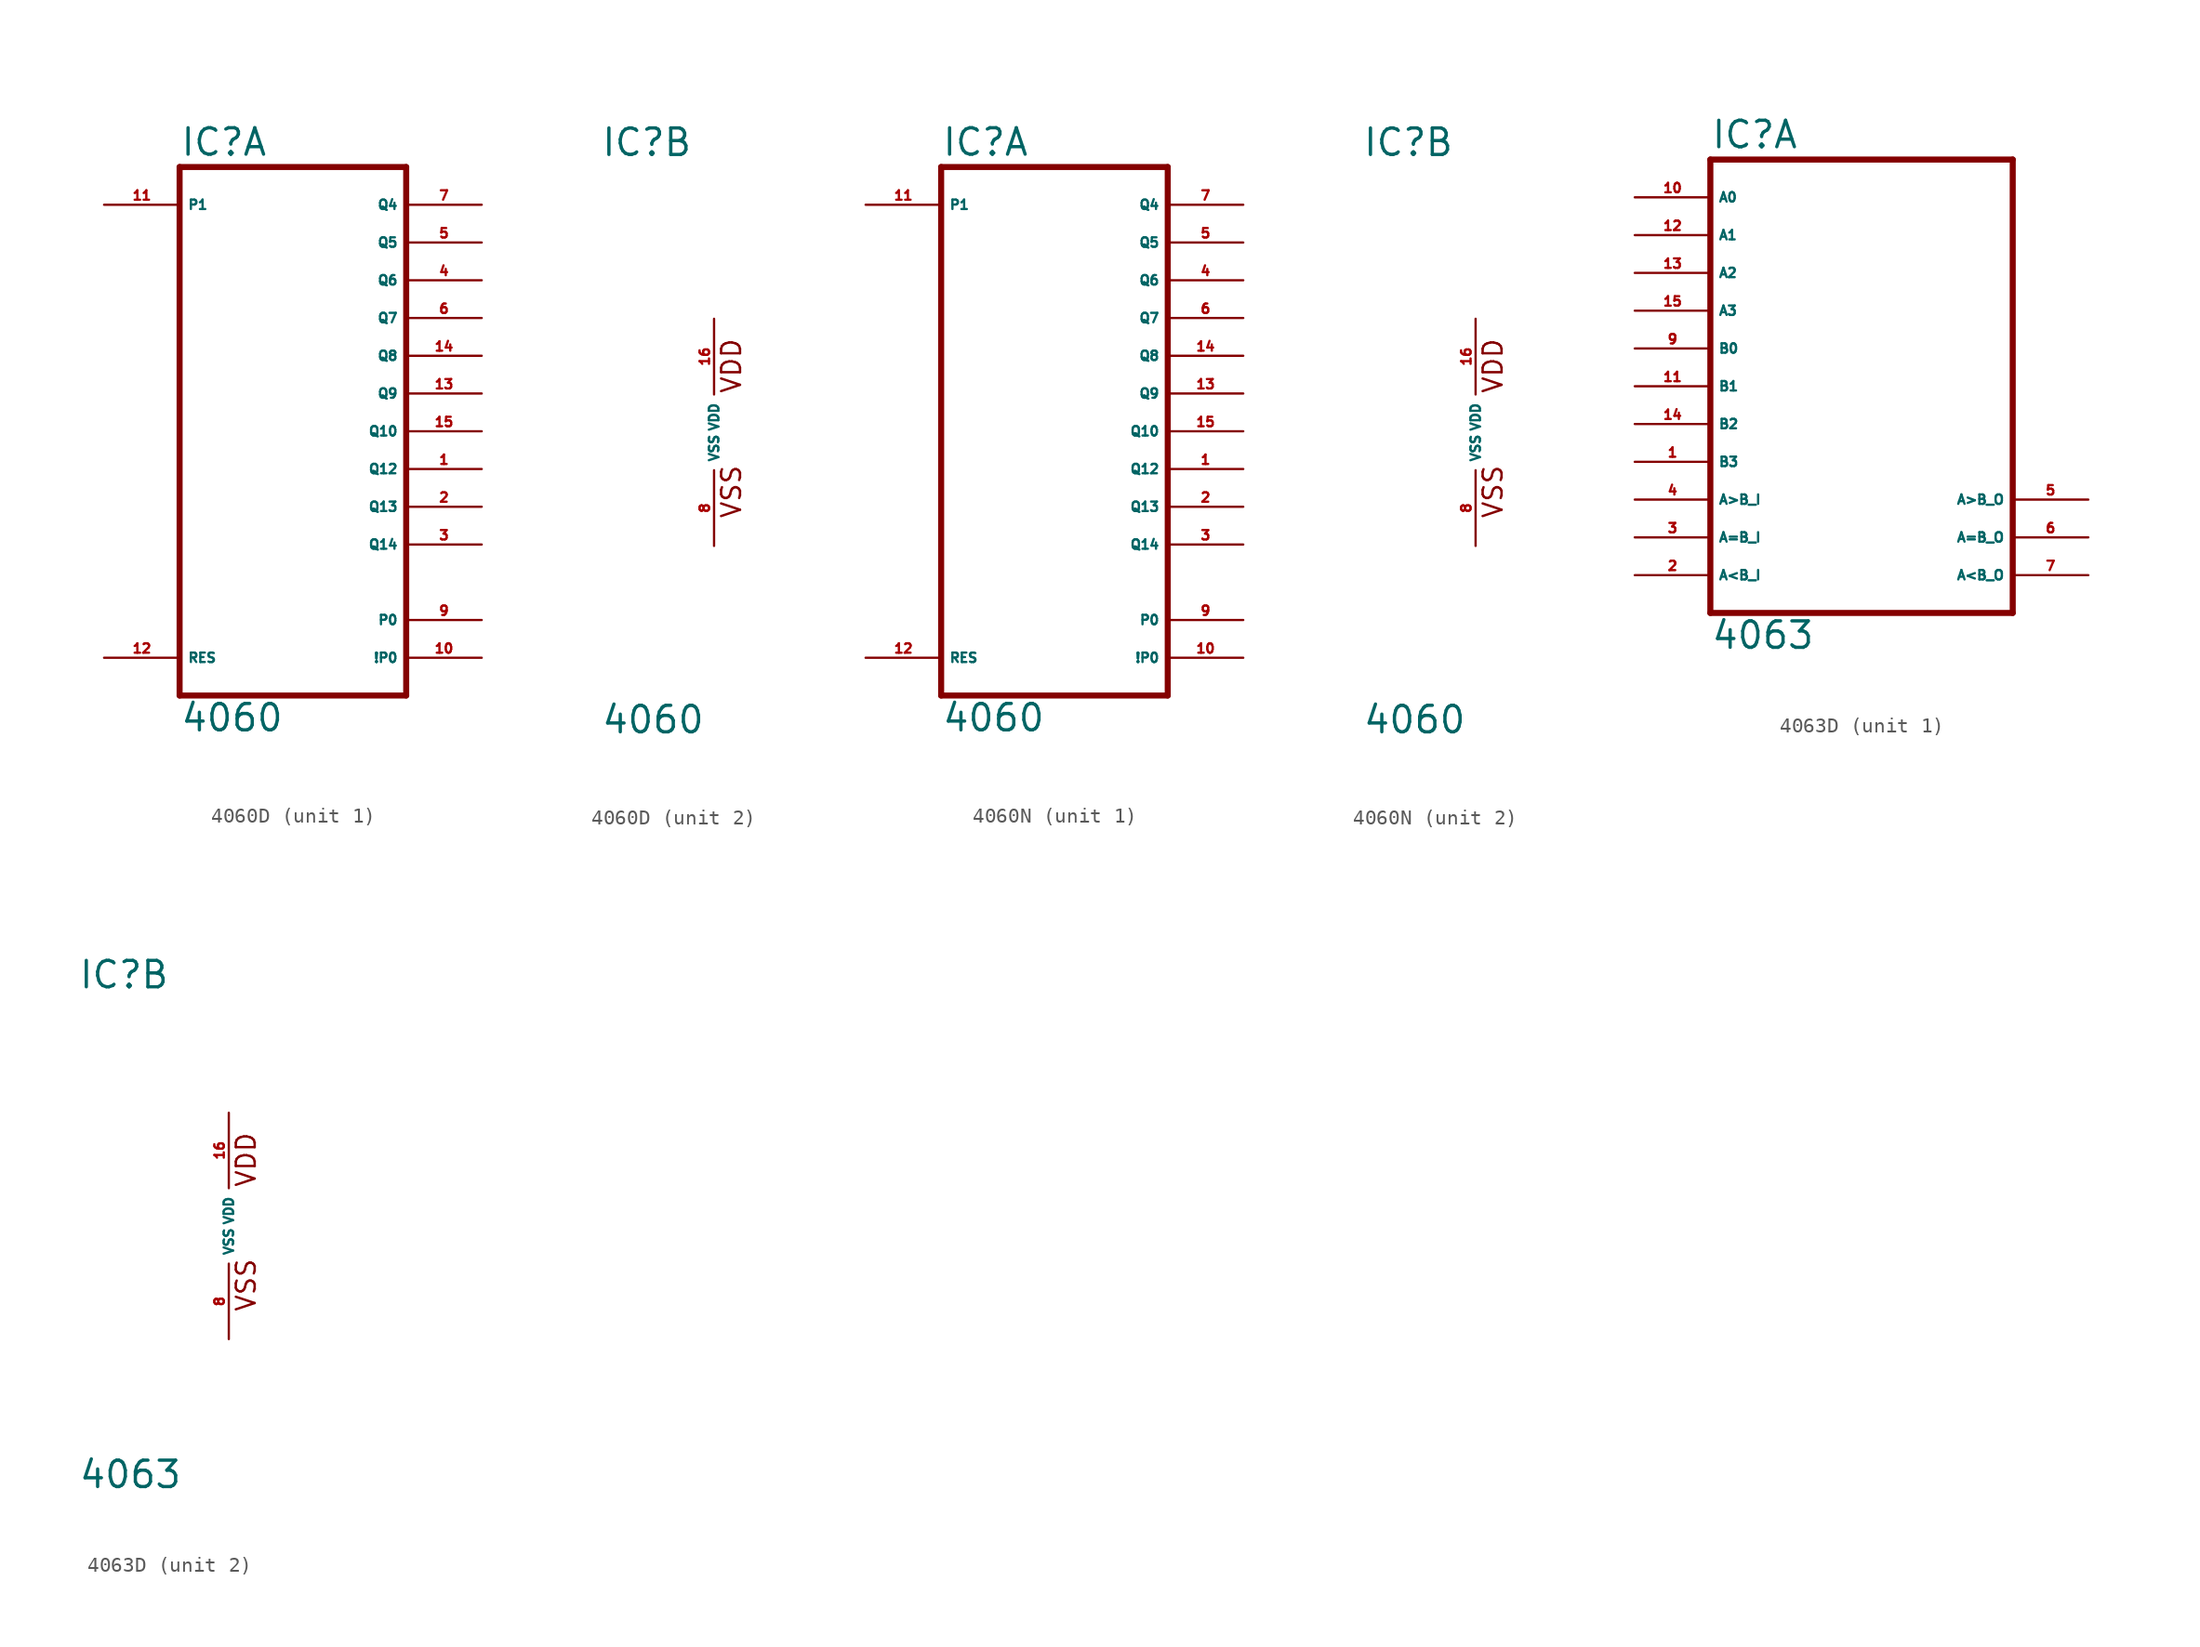
<source format=kicad_sym>
(kicad_symbol_lib
  (version 20220914)
  (generator Eagle2Kicad)
  (symbol "4060D"
    (property "Reference" "IC"
      (at -7.62 18.415 0)
      (effects (font (size 1.778 1.778) (thickness 0.22)) (justify left bottom)))
    (property "Value" "4060"
      (at -7.62 -20.32 0)
      (effects (font (size 1.778 1.778) (thickness 0.22)) (justify left bottom)))
    (symbol "4060D_1_0"
      (polyline (pts (xy -7.62 -17.78) (xy 7.62 -17.78)) (stroke (width 0.406) (type default)) (fill (type none)))
      (polyline (pts (xy 7.62 -17.78) (xy 7.62 17.78)) (stroke (width 0.406) (type default)) (fill (type none)))
      (polyline (pts (xy 7.62 17.78) (xy -7.62 17.78)) (stroke (width 0.406) (type default)) (fill (type none)))
      (polyline (pts (xy -7.62 17.78) (xy -7.62 -17.78)) (stroke (width 0.406) (type default)) (fill (type none)))
      (pin output line (at 12.7 -2.54 180) (length 5.08) (name "Q12" (effects (font (size 0.635 0.635) (thickness 0.08)) (justify left bottom))) (number "1" (effects (font (size 0.635 0.635) (thickness 0.08)) (justify left bottom))))
      (pin output line (at 12.7 -5.08 180) (length 5.08) (name "Q13" (effects (font (size 0.635 0.635) (thickness 0.08)) (justify left bottom))) (number "2" (effects (font (size 0.635 0.635) (thickness 0.08)) (justify left bottom))))
      (pin output line (at 12.7 -7.62 180) (length 5.08) (name "Q14" (effects (font (size 0.635 0.635) (thickness 0.08)) (justify left bottom))) (number "3" (effects (font (size 0.635 0.635) (thickness 0.08)) (justify left bottom))))
      (pin output line (at 12.7 10.16 180) (length 5.08) (name "Q6" (effects (font (size 0.635 0.635) (thickness 0.08)) (justify left bottom))) (number "4" (effects (font (size 0.635 0.635) (thickness 0.08)) (justify left bottom))))
      (pin output line (at 12.7 12.7 180) (length 5.08) (name "Q5" (effects (font (size 0.635 0.635) (thickness 0.08)) (justify left bottom))) (number "5" (effects (font (size 0.635 0.635) (thickness 0.08)) (justify left bottom))))
      (pin output line (at 12.7 7.62 180) (length 5.08) (name "Q7" (effects (font (size 0.635 0.635) (thickness 0.08)) (justify left bottom))) (number "6" (effects (font (size 0.635 0.635) (thickness 0.08)) (justify left bottom))))
      (pin output line (at 12.7 15.24 180) (length 5.08) (name "Q4" (effects (font (size 0.635 0.635) (thickness 0.08)) (justify left bottom))) (number "7" (effects (font (size 0.635 0.635) (thickness 0.08)) (justify left bottom))))
      (pin output line (at 12.7 -12.7 180) (length 5.08) (name "P0" (effects (font (size 0.635 0.635) (thickness 0.08)) (justify left bottom))) (number "9" (effects (font (size 0.635 0.635) (thickness 0.08)) (justify left bottom))))
      (pin output line (at 12.7 -15.24 180) (length 5.08) (name "!P0" (effects (font (size 0.635 0.635) (thickness 0.08)) (justify left bottom))) (number "10" (effects (font (size 0.635 0.635) (thickness 0.08)) (justify left bottom))))
      (pin input line (at -12.7 15.24 0) (length 5.08) (name "P1" (effects (font (size 0.635 0.635) (thickness 0.08)) (justify left bottom))) (number "11" (effects (font (size 0.635 0.635) (thickness 0.08)) (justify left bottom))))
      (pin input line (at -12.7 -15.24 0) (length 5.08) (name "RES" (effects (font (size 0.635 0.635) (thickness 0.08)) (justify left bottom))) (number "12" (effects (font (size 0.635 0.635) (thickness 0.08)) (justify left bottom))))
      (pin output line (at 12.7 2.54 180) (length 5.08) (name "Q9" (effects (font (size 0.635 0.635) (thickness 0.08)) (justify left bottom))) (number "13" (effects (font (size 0.635 0.635) (thickness 0.08)) (justify left bottom))))
      (pin output line (at 12.7 5.08 180) (length 5.08) (name "Q8" (effects (font (size 0.635 0.635) (thickness 0.08)) (justify left bottom))) (number "14" (effects (font (size 0.635 0.635) (thickness 0.08)) (justify left bottom))))
      (pin output line (at 12.7 0 180) (length 5.08) (name "Q10" (effects (font (size 0.635 0.635) (thickness 0.08)) (justify left bottom))) (number "15" (effects (font (size 0.635 0.635) (thickness 0.08)) (justify left bottom)))))
    (symbol "4060D_2_0"
      (text "VDD" (at 1.905 2.54 900) (effects (font (size 1.27 1.27) (thickness 0.16)) (justify left bottom)))
      (text "VSS" (at 1.905 -5.842 900) (effects (font (size 1.27 1.27) (thickness 0.16)) (justify left bottom)))
      (pin unspecified line (at 0 -7.62 90) (length 5.08) (name "VSS" (effects (font (size 0.635 0.635) (thickness 0.08)) (justify left bottom))) (number "8" (effects (font (size 0.635 0.635) (thickness 0.08)) (justify left bottom))))
      (pin unspecified line (at 0 7.62 270) (length 5.08) (name "VDD" (effects (font (size 0.635 0.635) (thickness 0.08)) (justify left bottom))) (number "16" (effects (font (size 0.635 0.635) (thickness 0.08)) (justify left bottom))))))
  (symbol "4060N"
    (property "Reference" "IC"
      (at -7.62 18.415 0)
      (effects (font (size 1.778 1.778) (thickness 0.22)) (justify left bottom)))
    (property "Value" "4060"
      (at -7.62 -20.32 0)
      (effects (font (size 1.778 1.778) (thickness 0.22)) (justify left bottom)))
    (symbol "4060N_1_0"
      (polyline (pts (xy -7.62 -17.78) (xy 7.62 -17.78)) (stroke (width 0.406) (type default)) (fill (type none)))
      (polyline (pts (xy 7.62 -17.78) (xy 7.62 17.78)) (stroke (width 0.406) (type default)) (fill (type none)))
      (polyline (pts (xy 7.62 17.78) (xy -7.62 17.78)) (stroke (width 0.406) (type default)) (fill (type none)))
      (polyline (pts (xy -7.62 17.78) (xy -7.62 -17.78)) (stroke (width 0.406) (type default)) (fill (type none)))
      (pin output line (at 12.7 -2.54 180) (length 5.08) (name "Q12" (effects (font (size 0.635 0.635) (thickness 0.08)) (justify left bottom))) (number "1" (effects (font (size 0.635 0.635) (thickness 0.08)) (justify left bottom))))
      (pin output line (at 12.7 -5.08 180) (length 5.08) (name "Q13" (effects (font (size 0.635 0.635) (thickness 0.08)) (justify left bottom))) (number "2" (effects (font (size 0.635 0.635) (thickness 0.08)) (justify left bottom))))
      (pin output line (at 12.7 -7.62 180) (length 5.08) (name "Q14" (effects (font (size 0.635 0.635) (thickness 0.08)) (justify left bottom))) (number "3" (effects (font (size 0.635 0.635) (thickness 0.08)) (justify left bottom))))
      (pin output line (at 12.7 10.16 180) (length 5.08) (name "Q6" (effects (font (size 0.635 0.635) (thickness 0.08)) (justify left bottom))) (number "4" (effects (font (size 0.635 0.635) (thickness 0.08)) (justify left bottom))))
      (pin output line (at 12.7 12.7 180) (length 5.08) (name "Q5" (effects (font (size 0.635 0.635) (thickness 0.08)) (justify left bottom))) (number "5" (effects (font (size 0.635 0.635) (thickness 0.08)) (justify left bottom))))
      (pin output line (at 12.7 7.62 180) (length 5.08) (name "Q7" (effects (font (size 0.635 0.635) (thickness 0.08)) (justify left bottom))) (number "6" (effects (font (size 0.635 0.635) (thickness 0.08)) (justify left bottom))))
      (pin output line (at 12.7 15.24 180) (length 5.08) (name "Q4" (effects (font (size 0.635 0.635) (thickness 0.08)) (justify left bottom))) (number "7" (effects (font (size 0.635 0.635) (thickness 0.08)) (justify left bottom))))
      (pin output line (at 12.7 -12.7 180) (length 5.08) (name "P0" (effects (font (size 0.635 0.635) (thickness 0.08)) (justify left bottom))) (number "9" (effects (font (size 0.635 0.635) (thickness 0.08)) (justify left bottom))))
      (pin output line (at 12.7 -15.24 180) (length 5.08) (name "!P0" (effects (font (size 0.635 0.635) (thickness 0.08)) (justify left bottom))) (number "10" (effects (font (size 0.635 0.635) (thickness 0.08)) (justify left bottom))))
      (pin input line (at -12.7 15.24 0) (length 5.08) (name "P1" (effects (font (size 0.635 0.635) (thickness 0.08)) (justify left bottom))) (number "11" (effects (font (size 0.635 0.635) (thickness 0.08)) (justify left bottom))))
      (pin input line (at -12.7 -15.24 0) (length 5.08) (name "RES" (effects (font (size 0.635 0.635) (thickness 0.08)) (justify left bottom))) (number "12" (effects (font (size 0.635 0.635) (thickness 0.08)) (justify left bottom))))
      (pin output line (at 12.7 2.54 180) (length 5.08) (name "Q9" (effects (font (size 0.635 0.635) (thickness 0.08)) (justify left bottom))) (number "13" (effects (font (size 0.635 0.635) (thickness 0.08)) (justify left bottom))))
      (pin output line (at 12.7 5.08 180) (length 5.08) (name "Q8" (effects (font (size 0.635 0.635) (thickness 0.08)) (justify left bottom))) (number "14" (effects (font (size 0.635 0.635) (thickness 0.08)) (justify left bottom))))
      (pin output line (at 12.7 0 180) (length 5.08) (name "Q10" (effects (font (size 0.635 0.635) (thickness 0.08)) (justify left bottom))) (number "15" (effects (font (size 0.635 0.635) (thickness 0.08)) (justify left bottom)))))
    (symbol "4060N_2_0"
      (text "VDD" (at 1.905 2.54 900) (effects (font (size 1.27 1.27) (thickness 0.16)) (justify left bottom)))
      (text "VSS" (at 1.905 -5.842 900) (effects (font (size 1.27 1.27) (thickness 0.16)) (justify left bottom)))
      (pin unspecified line (at 0 -7.62 90) (length 5.08) (name "VSS" (effects (font (size 0.635 0.635) (thickness 0.08)) (justify left bottom))) (number "8" (effects (font (size 0.635 0.635) (thickness 0.08)) (justify left bottom))))
      (pin unspecified line (at 0 7.62 270) (length 5.08) (name "VDD" (effects (font (size 0.635 0.635) (thickness 0.08)) (justify left bottom))) (number "16" (effects (font (size 0.635 0.635) (thickness 0.08)) (justify left bottom))))))
  (symbol "4063D"
    (property "Reference" "IC"
      (at -10.16 15.875 0)
      (effects (font (size 1.778 1.778) (thickness 0.22)) (justify left bottom)))
    (property "Value" "4063"
      (at -10.16 -17.78 0)
      (effects (font (size 1.778 1.778) (thickness 0.22)) (justify left bottom)))
    (symbol "4063D_1_0"
      (polyline (pts (xy -10.16 -15.24) (xy 10.16 -15.24)) (stroke (width 0.406) (type default)) (fill (type none)))
      (polyline (pts (xy 10.16 -15.24) (xy 10.16 15.24)) (stroke (width 0.406) (type default)) (fill (type none)))
      (polyline (pts (xy 10.16 15.24) (xy -10.16 15.24)) (stroke (width 0.406) (type default)) (fill (type none)))
      (polyline (pts (xy -10.16 15.24) (xy -10.16 -15.24)) (stroke (width 0.406) (type default)) (fill (type none)))
      (pin input line (at -15.24 -5.08 0) (length 5.08) (name "B3" (effects (font (size 0.635 0.635) (thickness 0.08)) (justify left bottom))) (number "1" (effects (font (size 0.635 0.635) (thickness 0.08)) (justify left bottom))))
      (pin input line (at -15.24 -12.7 0) (length 5.08) (name "A<B_I" (effects (font (size 0.635 0.635) (thickness 0.08)) (justify left bottom))) (number "2" (effects (font (size 0.635 0.635) (thickness 0.08)) (justify left bottom))))
      (pin input line (at -15.24 -10.16 0) (length 5.08) (name "A=B_I" (effects (font (size 0.635 0.635) (thickness 0.08)) (justify left bottom))) (number "3" (effects (font (size 0.635 0.635) (thickness 0.08)) (justify left bottom))))
      (pin input line (at -15.24 -7.62 0) (length 5.08) (name "A>B_I" (effects (font (size 0.635 0.635) (thickness 0.08)) (justify left bottom))) (number "4" (effects (font (size 0.635 0.635) (thickness 0.08)) (justify left bottom))))
      (pin output line (at 15.24 -7.62 180) (length 5.08) (name "A>B_O" (effects (font (size 0.635 0.635) (thickness 0.08)) (justify left bottom))) (number "5" (effects (font (size 0.635 0.635) (thickness 0.08)) (justify left bottom))))
      (pin output line (at 15.24 -10.16 180) (length 5.08) (name "A=B_O" (effects (font (size 0.635 0.635) (thickness 0.08)) (justify left bottom))) (number "6" (effects (font (size 0.635 0.635) (thickness 0.08)) (justify left bottom))))
      (pin output line (at 15.24 -12.7 180) (length 5.08) (name "A<B_O" (effects (font (size 0.635 0.635) (thickness 0.08)) (justify left bottom))) (number "7" (effects (font (size 0.635 0.635) (thickness 0.08)) (justify left bottom))))
      (pin input line (at -15.24 2.54 0) (length 5.08) (name "B0" (effects (font (size 0.635 0.635) (thickness 0.08)) (justify left bottom))) (number "9" (effects (font (size 0.635 0.635) (thickness 0.08)) (justify left bottom))))
      (pin input line (at -15.24 12.7 0) (length 5.08) (name "A0" (effects (font (size 0.635 0.635) (thickness 0.08)) (justify left bottom))) (number "10" (effects (font (size 0.635 0.635) (thickness 0.08)) (justify left bottom))))
      (pin input line (at -15.24 0 0) (length 5.08) (name "B1" (effects (font (size 0.635 0.635) (thickness 0.08)) (justify left bottom))) (number "11" (effects (font (size 0.635 0.635) (thickness 0.08)) (justify left bottom))))
      (pin input line (at -15.24 10.16 0) (length 5.08) (name "A1" (effects (font (size 0.635 0.635) (thickness 0.08)) (justify left bottom))) (number "12" (effects (font (size 0.635 0.635) (thickness 0.08)) (justify left bottom))))
      (pin input line (at -15.24 7.62 0) (length 5.08) (name "A2" (effects (font (size 0.635 0.635) (thickness 0.08)) (justify left bottom))) (number "13" (effects (font (size 0.635 0.635) (thickness 0.08)) (justify left bottom))))
      (pin input line (at -15.24 -2.54 0) (length 5.08) (name "B2" (effects (font (size 0.635 0.635) (thickness 0.08)) (justify left bottom))) (number "14" (effects (font (size 0.635 0.635) (thickness 0.08)) (justify left bottom))))
      (pin input line (at -15.24 5.08 0) (length 5.08) (name "A3" (effects (font (size 0.635 0.635) (thickness 0.08)) (justify left bottom))) (number "15" (effects (font (size 0.635 0.635) (thickness 0.08)) (justify left bottom)))))
    (symbol "4063D_2_0"
      (text "VDD" (at 1.905 2.54 900) (effects (font (size 1.27 1.27) (thickness 0.16)) (justify left bottom)))
      (text "VSS" (at 1.905 -5.842 900) (effects (font (size 1.27 1.27) (thickness 0.16)) (justify left bottom)))
      (pin unspecified line (at 0 -7.62 90) (length 5.08) (name "VSS" (effects (font (size 0.635 0.635) (thickness 0.08)) (justify left bottom))) (number "8" (effects (font (size 0.635 0.635) (thickness 0.08)) (justify left bottom))))
      (pin unspecified line (at 0 7.62 270) (length 5.08) (name "VDD" (effects (font (size 0.635 0.635) (thickness 0.08)) (justify left bottom))) (number "16" (effects (font (size 0.635 0.635) (thickness 0.08)) (justify left bottom)))))))
</source>
